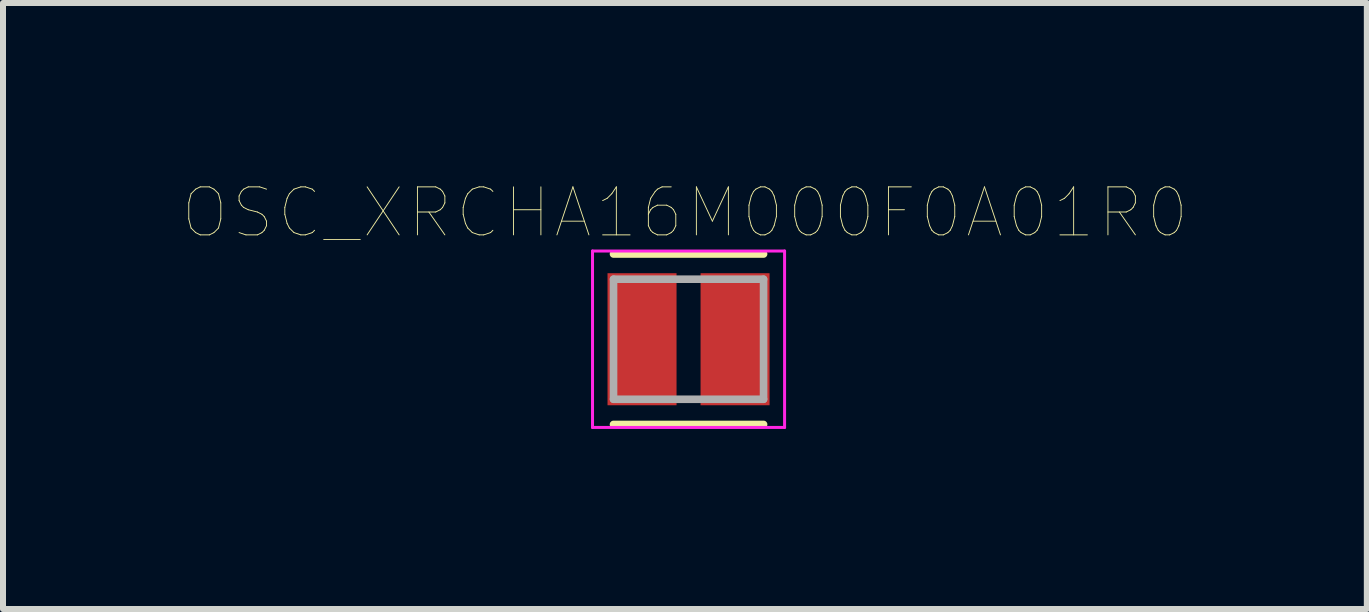
<source format=kicad_pcb>
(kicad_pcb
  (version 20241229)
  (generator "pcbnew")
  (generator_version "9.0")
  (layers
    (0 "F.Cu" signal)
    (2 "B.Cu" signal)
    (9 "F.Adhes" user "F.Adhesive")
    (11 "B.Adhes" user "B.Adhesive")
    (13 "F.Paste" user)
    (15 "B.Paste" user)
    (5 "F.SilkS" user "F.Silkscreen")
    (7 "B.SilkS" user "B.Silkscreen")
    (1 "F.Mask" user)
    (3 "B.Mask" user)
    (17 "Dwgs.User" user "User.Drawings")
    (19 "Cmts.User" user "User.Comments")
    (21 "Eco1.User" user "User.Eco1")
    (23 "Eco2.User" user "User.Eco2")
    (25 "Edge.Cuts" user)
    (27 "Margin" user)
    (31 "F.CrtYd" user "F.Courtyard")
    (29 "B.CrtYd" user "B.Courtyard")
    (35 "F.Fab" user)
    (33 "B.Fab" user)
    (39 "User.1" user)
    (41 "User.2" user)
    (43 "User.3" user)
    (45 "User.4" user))
  (footprint "OSC_XRCHA16M000F0A01R0"
    (layer "F.Cu")
    (at 8.422 2.602)
    (property "Reference" "OSC_XRCHA16M000F0A01R0" (at -0.06 -2.108 0) (layer "F.SilkS") (effects (font (size 0.8 0.8) (thickness 0.015))))
    (attr through_hole)
    (fp_line (start -1.25 1.42) (end 1.25 1.42) (stroke (width 0.127) (type solid)) (layer "F.SilkS"))
    (fp_line (start 1.25 -1.42) (end -1.25 -1.42) (stroke (width 0.127) (type solid)) (layer "F.SilkS"))
    (fp_line (start -1.6 -1.47) (end 1.6 -1.47) (stroke (width 0.05) (type solid)) (layer "F.CrtYd"))
    (fp_line (start -1.6 1.47) (end -1.6 -1.47) (stroke (width 0.05) (type solid)) (layer "F.CrtYd"))
    (fp_line (start 1.6 -1.47) (end 1.6 1.47) (stroke (width 0.05) (type solid)) (layer "F.CrtYd"))
    (fp_line (start 1.6 1.47) (end -1.6 1.47) (stroke (width 0.05) (type solid)) (layer "F.CrtYd"))
    (fp_line (start -1.25 -1) (end -1.25 1) (stroke (width 0.127) (type solid)) (layer "F.Fab"))
    (fp_line (start -1.25 1) (end 1.25 1) (stroke (width 0.127) (type solid)) (layer "F.Fab"))
    (fp_line (start 1.25 -1) (end -1.25 -1) (stroke (width 0.127) (type solid)) (layer "F.Fab"))
    (fp_line (start 1.25 1) (end 1.25 -1) (stroke (width 0.127) (type solid)) (layer "F.Fab"))
    (pad "1" smd rect (at -0.775 0) (size 1.15 2.2) (layers "F.Cu" "F.Mask" "F.Paste"))
    (pad "2" smd rect (at 0.775 0) (size 1.15 2.2) (layers "F.Cu" "F.Mask" "F.Paste")))
  (gr_rect
    (start -3 -3)
    (end 19.723 7.097)
    (stroke (width 0.1) (type default))
    (fill no)
    (layer "Edge.Cuts")))
</source>
